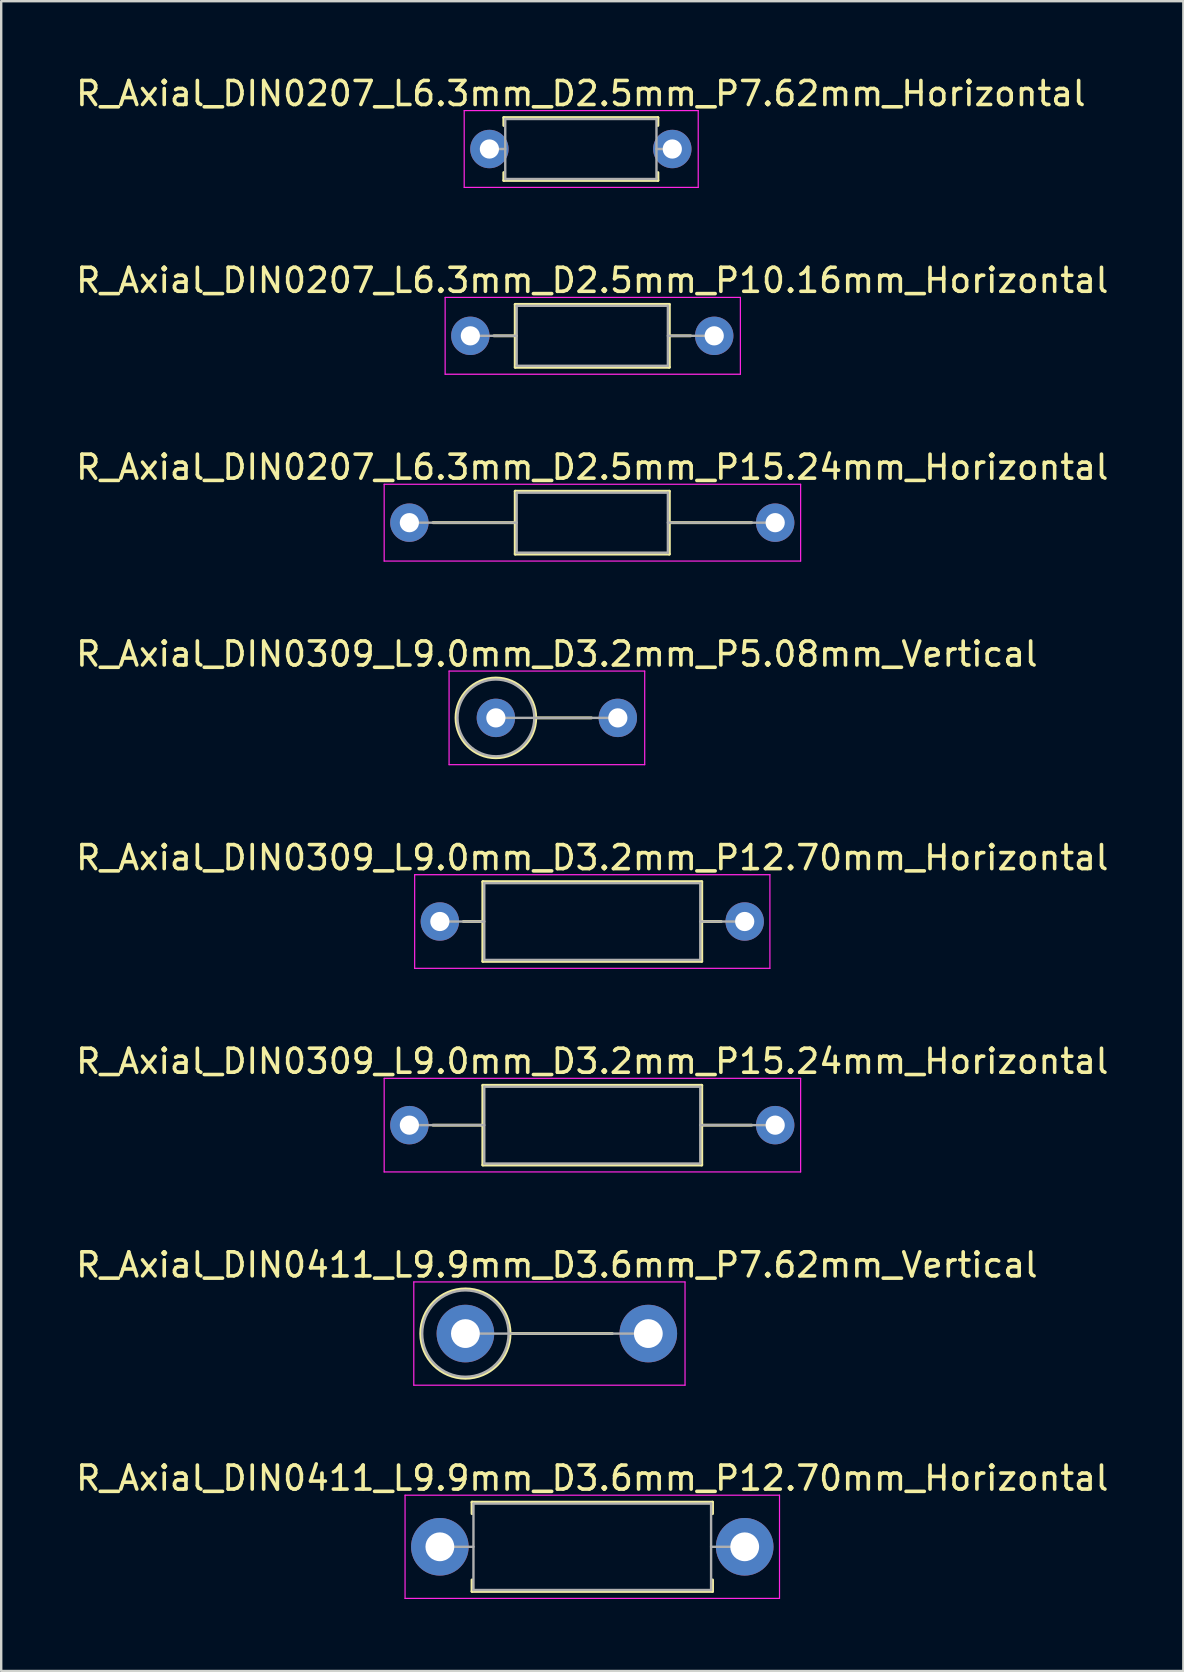
<source format=kicad_pcb>
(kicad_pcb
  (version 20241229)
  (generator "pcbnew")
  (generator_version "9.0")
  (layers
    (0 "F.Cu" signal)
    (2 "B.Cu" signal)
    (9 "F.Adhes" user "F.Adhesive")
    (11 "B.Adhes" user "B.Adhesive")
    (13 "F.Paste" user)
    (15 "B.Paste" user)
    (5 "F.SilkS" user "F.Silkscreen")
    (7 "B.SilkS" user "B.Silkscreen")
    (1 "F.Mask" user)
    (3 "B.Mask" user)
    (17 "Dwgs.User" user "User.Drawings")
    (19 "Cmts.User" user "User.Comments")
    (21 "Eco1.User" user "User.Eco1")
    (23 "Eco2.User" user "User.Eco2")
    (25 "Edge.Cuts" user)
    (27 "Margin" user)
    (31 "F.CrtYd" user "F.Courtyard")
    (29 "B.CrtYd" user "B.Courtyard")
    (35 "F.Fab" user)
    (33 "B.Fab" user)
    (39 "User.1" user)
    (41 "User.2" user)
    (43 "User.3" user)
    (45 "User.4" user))
  (footprint "R_Axial_DIN0207_L6.3mm_D2.5mm_P7.62mm_Horizontal"
    (layer "F.Cu")
    (at 17.339 3.158)
    (property "Reference" "R_Axial_DIN0207_L6.3mm_D2.5mm_P7.62mm_Horizontal" (at 3.81 -2.31 0) (layer "F.SilkS") (effects (font (size 1 1) (thickness 0.15))))
    (attr through_hole)
    (fp_line (start 0.6 -1.31) (end 7.02 -1.31) (stroke (width 0.12) (type solid)) (layer "F.SilkS"))
    (fp_line (start 0.6 -0.98) (end 0.6 -1.31) (stroke (width 0.12) (type solid)) (layer "F.SilkS"))
    (fp_line (start 0.6 0.98) (end 0.6 1.31) (stroke (width 0.12) (type solid)) (layer "F.SilkS"))
    (fp_line (start 0.6 1.31) (end 7.02 1.31) (stroke (width 0.12) (type solid)) (layer "F.SilkS"))
    (fp_line (start 7.02 -1.31) (end 7.02 -0.98) (stroke (width 0.12) (type solid)) (layer "F.SilkS"))
    (fp_line (start 7.02 1.31) (end 7.02 0.98) (stroke (width 0.12) (type solid)) (layer "F.SilkS"))
    (fp_line (start -1.05 -1.6) (end -1.05 1.6) (stroke (width 0.05) (type solid)) (layer "F.CrtYd"))
    (fp_line (start -1.05 1.6) (end 8.7 1.6) (stroke (width 0.05) (type solid)) (layer "F.CrtYd"))
    (fp_line (start 8.7 -1.6) (end -1.05 -1.6) (stroke (width 0.05) (type solid)) (layer "F.CrtYd"))
    (fp_line (start 8.7 1.6) (end 8.7 -1.6) (stroke (width 0.05) (type solid)) (layer "F.CrtYd"))
    (fp_line (start 0 0) (end 0.66 0) (stroke (width 0.1) (type solid)) (layer "F.Fab"))
    (fp_line (start 0.66 -1.25) (end 0.66 1.25) (stroke (width 0.1) (type solid)) (layer "F.Fab"))
    (fp_line (start 0.66 1.25) (end 6.96 1.25) (stroke (width 0.1) (type solid)) (layer "F.Fab"))
    (fp_line (start 6.96 -1.25) (end 0.66 -1.25) (stroke (width 0.1) (type solid)) (layer "F.Fab"))
    (fp_line (start 6.96 1.25) (end 6.96 -1.25) (stroke (width 0.1) (type solid)) (layer "F.Fab"))
    (fp_line (start 7.62 0) (end 6.96 0) (stroke (width 0.1) (type solid)) (layer "F.Fab"))
    (pad "1" thru_hole circle (at 0 0) (size 1.6 1.6) (drill 0.8) (layers "*.Cu" "*.Mask"))
    (pad "2" thru_hole oval (at 7.62 0) (size 1.6 1.6) (drill 0.8) (layers "*.Cu" "*.Mask")))
  (footprint "R_Axial_DIN0411_L9.9mm_D3.6mm_P12.70mm_Horizontal"
    (layer "F.Cu")
    (at 15.275 61.391)
    (property "Reference" "R_Axial_DIN0411_L9.9mm_D3.6mm_P12.70mm_Horizontal" (at 6.35 -2.86 0) (layer "F.SilkS") (effects (font (size 1 1) (thickness 0.15))))
    (attr through_hole)
    (fp_line (start 1.34 -1.86) (end 11.36 -1.86) (stroke (width 0.12) (type solid)) (layer "F.SilkS"))
    (fp_line (start 1.34 -1.38) (end 1.34 -1.86) (stroke (width 0.12) (type solid)) (layer "F.SilkS"))
    (fp_line (start 1.34 1.38) (end 1.34 1.86) (stroke (width 0.12) (type solid)) (layer "F.SilkS"))
    (fp_line (start 1.34 1.86) (end 11.36 1.86) (stroke (width 0.12) (type solid)) (layer "F.SilkS"))
    (fp_line (start 11.36 -1.86) (end 11.36 -1.38) (stroke (width 0.12) (type solid)) (layer "F.SilkS"))
    (fp_line (start 11.36 1.86) (end 11.36 1.38) (stroke (width 0.12) (type solid)) (layer "F.SilkS"))
    (fp_line (start -1.45 -2.15) (end -1.45 2.15) (stroke (width 0.05) (type solid)) (layer "F.CrtYd"))
    (fp_line (start -1.45 2.15) (end 14.15 2.15) (stroke (width 0.05) (type solid)) (layer "F.CrtYd"))
    (fp_line (start 14.15 -2.15) (end -1.45 -2.15) (stroke (width 0.05) (type solid)) (layer "F.CrtYd"))
    (fp_line (start 14.15 2.15) (end 14.15 -2.15) (stroke (width 0.05) (type solid)) (layer "F.CrtYd"))
    (fp_line (start 0 0) (end 1.4 0) (stroke (width 0.1) (type solid)) (layer "F.Fab"))
    (fp_line (start 1.4 -1.8) (end 1.4 1.8) (stroke (width 0.1) (type solid)) (layer "F.Fab"))
    (fp_line (start 1.4 1.8) (end 11.3 1.8) (stroke (width 0.1) (type solid)) (layer "F.Fab"))
    (fp_line (start 11.3 -1.8) (end 1.4 -1.8) (stroke (width 0.1) (type solid)) (layer "F.Fab"))
    (fp_line (start 11.3 1.8) (end 11.3 -1.8) (stroke (width 0.1) (type solid)) (layer "F.Fab"))
    (fp_line (start 12.7 0) (end 11.3 0) (stroke (width 0.1) (type solid)) (layer "F.Fab"))
    (pad "1" thru_hole circle (at 0 0) (size 2.4 2.4) (drill 1.2) (layers "*.Cu" "*.Mask"))
    (pad "2" thru_hole oval (at 12.7 0) (size 2.4 2.4) (drill 1.2) (layers "*.Cu" "*.Mask")))
  (footprint "R_Axial_DIN0309_L9.0mm_D3.2mm_P5.08mm_Vertical"
    (layer "F.Cu")
    (at 17.609 26.858)
    (property "Reference" "R_Axial_DIN0309_L9.0mm_D3.2mm_P5.08mm_Vertical" (at 2.54 -2.66 0) (layer "F.SilkS") (effects (font (size 1 1) (thickness 0.15))))
    (attr through_hole)
    (fp_line (start 1.66 0) (end 3.98 0) (stroke (width 0.12) (type solid)) (layer "F.SilkS"))
    (fp_circle (center 0 0) (end 1.66 0) (stroke (width 0.12) (type solid)) (fill no) (layer "F.SilkS"))
    (fp_line (start -1.95 -1.95) (end -1.95 1.95) (stroke (width 0.05) (type solid)) (layer "F.CrtYd"))
    (fp_line (start -1.95 1.95) (end 6.2 1.95) (stroke (width 0.05) (type solid)) (layer "F.CrtYd"))
    (fp_line (start 6.2 -1.95) (end -1.95 -1.95) (stroke (width 0.05) (type solid)) (layer "F.CrtYd"))
    (fp_line (start 6.2 1.95) (end 6.2 -1.95) (stroke (width 0.05) (type solid)) (layer "F.CrtYd"))
    (fp_line (start 0 0) (end 5.08 0) (stroke (width 0.1) (type solid)) (layer "F.Fab"))
    (fp_circle (center 0 0) (end 1.6 0) (stroke (width 0.1) (type solid)) (fill no) (layer "F.Fab"))
    (pad "1" thru_hole circle (at 0 0) (size 1.6 1.6) (drill 0.8) (layers "*.Cu" "*.Mask"))
    (pad "2" thru_hole oval (at 5.08 0) (size 1.6 1.6) (drill 0.8) (layers "*.Cu" "*.Mask")))
  (footprint "R_Axial_DIN0309_L9.0mm_D3.2mm_P12.70mm_Horizontal"
    (layer "F.Cu")
    (at 15.275 35.341)
    (property "Reference" "R_Axial_DIN0309_L9.0mm_D3.2mm_P12.70mm_Horizontal" (at 6.35 -2.66 0) (layer "F.SilkS") (effects (font (size 1 1) (thickness 0.15))))
    (attr through_hole)
    (fp_line (start 0.98 0) (end 1.79 0) (stroke (width 0.12) (type solid)) (layer "F.SilkS"))
    (fp_line (start 1.79 -1.66) (end 1.79 1.66) (stroke (width 0.12) (type solid)) (layer "F.SilkS"))
    (fp_line (start 1.79 1.66) (end 10.91 1.66) (stroke (width 0.12) (type solid)) (layer "F.SilkS"))
    (fp_line (start 10.91 -1.66) (end 1.79 -1.66) (stroke (width 0.12) (type solid)) (layer "F.SilkS"))
    (fp_line (start 10.91 1.66) (end 10.91 -1.66) (stroke (width 0.12) (type solid)) (layer "F.SilkS"))
    (fp_line (start 11.72 0) (end 10.91 0) (stroke (width 0.12) (type solid)) (layer "F.SilkS"))
    (fp_line (start -1.05 -1.95) (end -1.05 1.95) (stroke (width 0.05) (type solid)) (layer "F.CrtYd"))
    (fp_line (start -1.05 1.95) (end 13.75 1.95) (stroke (width 0.05) (type solid)) (layer "F.CrtYd"))
    (fp_line (start 13.75 -1.95) (end -1.05 -1.95) (stroke (width 0.05) (type solid)) (layer "F.CrtYd"))
    (fp_line (start 13.75 1.95) (end 13.75 -1.95) (stroke (width 0.05) (type solid)) (layer "F.CrtYd"))
    (fp_line (start 0 0) (end 1.85 0) (stroke (width 0.1) (type solid)) (layer "F.Fab"))
    (fp_line (start 1.85 -1.6) (end 1.85 1.6) (stroke (width 0.1) (type solid)) (layer "F.Fab"))
    (fp_line (start 1.85 1.6) (end 10.85 1.6) (stroke (width 0.1) (type solid)) (layer "F.Fab"))
    (fp_line (start 10.85 -1.6) (end 1.85 -1.6) (stroke (width 0.1) (type solid)) (layer "F.Fab"))
    (fp_line (start 10.85 1.6) (end 10.85 -1.6) (stroke (width 0.1) (type solid)) (layer "F.Fab"))
    (fp_line (start 12.7 0) (end 10.85 0) (stroke (width 0.1) (type solid)) (layer "F.Fab"))
    (pad "1" thru_hole circle (at 0 0) (size 1.6 1.6) (drill 0.8) (layers "*.Cu" "*.Mask"))
    (pad "2" thru_hole oval (at 12.7 0) (size 1.6 1.6) (drill 0.8) (layers "*.Cu" "*.Mask")))
  (footprint "R_Axial_DIN0411_L9.9mm_D3.6mm_P7.62mm_Vertical"
    (layer "F.Cu")
    (at 16.339 52.508)
    (property "Reference" "R_Axial_DIN0411_L9.9mm_D3.6mm_P7.62mm_Vertical" (at 3.81 -2.86 0) (layer "F.SilkS") (effects (font (size 1 1) (thickness 0.15))))
    (attr through_hole)
    (fp_line (start 1.86 0) (end 6.12 0) (stroke (width 0.12) (type solid)) (layer "F.SilkS"))
    (fp_circle (center 0 0) (end 1.86 0) (stroke (width 0.12) (type solid)) (fill no) (layer "F.SilkS"))
    (fp_line (start -2.15 -2.15) (end -2.15 2.15) (stroke (width 0.05) (type solid)) (layer "F.CrtYd"))
    (fp_line (start -2.15 2.15) (end 9.15 2.15) (stroke (width 0.05) (type solid)) (layer "F.CrtYd"))
    (fp_line (start 9.15 -2.15) (end -2.15 -2.15) (stroke (width 0.05) (type solid)) (layer "F.CrtYd"))
    (fp_line (start 9.15 2.15) (end 9.15 -2.15) (stroke (width 0.05) (type solid)) (layer "F.CrtYd"))
    (fp_line (start 0 0) (end 7.62 0) (stroke (width 0.1) (type solid)) (layer "F.Fab"))
    (fp_circle (center 0 0) (end 1.8 0) (stroke (width 0.1) (type solid)) (fill no) (layer "F.Fab"))
    (pad "1" thru_hole circle (at 0 0) (size 2.4 2.4) (drill 1.2) (layers "*.Cu" "*.Mask"))
    (pad "2" thru_hole oval (at 7.62 0) (size 2.4 2.4) (drill 1.2) (layers "*.Cu" "*.Mask")))
  (footprint "R_Axial_DIN0309_L9.0mm_D3.2mm_P15.24mm_Horizontal"
    (layer "F.Cu")
    (at 14.005 43.825)
    (property "Reference" "R_Axial_DIN0309_L9.0mm_D3.2mm_P15.24mm_Horizontal" (at 7.62 -2.66 0) (layer "F.SilkS") (effects (font (size 1 1) (thickness 0.15))))
    (attr through_hole)
    (fp_line (start 0.98 0) (end 3.06 0) (stroke (width 0.12) (type solid)) (layer "F.SilkS"))
    (fp_line (start 3.06 -1.66) (end 3.06 1.66) (stroke (width 0.12) (type solid)) (layer "F.SilkS"))
    (fp_line (start 3.06 1.66) (end 12.18 1.66) (stroke (width 0.12) (type solid)) (layer "F.SilkS"))
    (fp_line (start 12.18 -1.66) (end 3.06 -1.66) (stroke (width 0.12) (type solid)) (layer "F.SilkS"))
    (fp_line (start 12.18 1.66) (end 12.18 -1.66) (stroke (width 0.12) (type solid)) (layer "F.SilkS"))
    (fp_line (start 14.26 0) (end 12.18 0) (stroke (width 0.12) (type solid)) (layer "F.SilkS"))
    (fp_line (start -1.05 -1.95) (end -1.05 1.95) (stroke (width 0.05) (type solid)) (layer "F.CrtYd"))
    (fp_line (start -1.05 1.95) (end 16.3 1.95) (stroke (width 0.05) (type solid)) (layer "F.CrtYd"))
    (fp_line (start 16.3 -1.95) (end -1.05 -1.95) (stroke (width 0.05) (type solid)) (layer "F.CrtYd"))
    (fp_line (start 16.3 1.95) (end 16.3 -1.95) (stroke (width 0.05) (type solid)) (layer "F.CrtYd"))
    (fp_line (start 0 0) (end 3.12 0) (stroke (width 0.1) (type solid)) (layer "F.Fab"))
    (fp_line (start 3.12 -1.6) (end 3.12 1.6) (stroke (width 0.1) (type solid)) (layer "F.Fab"))
    (fp_line (start 3.12 1.6) (end 12.12 1.6) (stroke (width 0.1) (type solid)) (layer "F.Fab"))
    (fp_line (start 12.12 -1.6) (end 3.12 -1.6) (stroke (width 0.1) (type solid)) (layer "F.Fab"))
    (fp_line (start 12.12 1.6) (end 12.12 -1.6) (stroke (width 0.1) (type solid)) (layer "F.Fab"))
    (fp_line (start 15.24 0) (end 12.12 0) (stroke (width 0.1) (type solid)) (layer "F.Fab"))
    (pad "1" thru_hole circle (at 0 0) (size 1.6 1.6) (drill 0.8) (layers "*.Cu" "*.Mask"))
    (pad "2" thru_hole oval (at 15.24 0) (size 1.6 1.6) (drill 0.8) (layers "*.Cu" "*.Mask")))
  (footprint "R_Axial_DIN0207_L6.3mm_D2.5mm_P15.24mm_Horizontal"
    (layer "F.Cu")
    (at 14.005 18.725)
    (property "Reference" "R_Axial_DIN0207_L6.3mm_D2.5mm_P15.24mm_Horizontal" (at 7.62 -2.31 0) (layer "F.SilkS") (effects (font (size 1 1) (thickness 0.15))))
    (attr through_hole)
    (fp_line (start 0.98 0) (end 4.41 0) (stroke (width 0.12) (type solid)) (layer "F.SilkS"))
    (fp_line (start 4.41 -1.31) (end 4.41 1.31) (stroke (width 0.12) (type solid)) (layer "F.SilkS"))
    (fp_line (start 4.41 1.31) (end 10.83 1.31) (stroke (width 0.12) (type solid)) (layer "F.SilkS"))
    (fp_line (start 10.83 -1.31) (end 4.41 -1.31) (stroke (width 0.12) (type solid)) (layer "F.SilkS"))
    (fp_line (start 10.83 1.31) (end 10.83 -1.31) (stroke (width 0.12) (type solid)) (layer "F.SilkS"))
    (fp_line (start 14.26 0) (end 10.83 0) (stroke (width 0.12) (type solid)) (layer "F.SilkS"))
    (fp_line (start -1.05 -1.6) (end -1.05 1.6) (stroke (width 0.05) (type solid)) (layer "F.CrtYd"))
    (fp_line (start -1.05 1.6) (end 16.3 1.6) (stroke (width 0.05) (type solid)) (layer "F.CrtYd"))
    (fp_line (start 16.3 -1.6) (end -1.05 -1.6) (stroke (width 0.05) (type solid)) (layer "F.CrtYd"))
    (fp_line (start 16.3 1.6) (end 16.3 -1.6) (stroke (width 0.05) (type solid)) (layer "F.CrtYd"))
    (fp_line (start 0 0) (end 4.47 0) (stroke (width 0.1) (type solid)) (layer "F.Fab"))
    (fp_line (start 4.47 -1.25) (end 4.47 1.25) (stroke (width 0.1) (type solid)) (layer "F.Fab"))
    (fp_line (start 4.47 1.25) (end 10.77 1.25) (stroke (width 0.1) (type solid)) (layer "F.Fab"))
    (fp_line (start 10.77 -1.25) (end 4.47 -1.25) (stroke (width 0.1) (type solid)) (layer "F.Fab"))
    (fp_line (start 10.77 1.25) (end 10.77 -1.25) (stroke (width 0.1) (type solid)) (layer "F.Fab"))
    (fp_line (start 15.24 0) (end 10.77 0) (stroke (width 0.1) (type solid)) (layer "F.Fab"))
    (pad "1" thru_hole circle (at 0 0) (size 1.6 1.6) (drill 0.8) (layers "*.Cu" "*.Mask"))
    (pad "2" thru_hole oval (at 15.24 0) (size 1.6 1.6) (drill 0.8) (layers "*.Cu" "*.Mask")))
  (footprint "R_Axial_DIN0207_L6.3mm_D2.5mm_P10.16mm_Horizontal"
    (layer "F.Cu")
    (at 16.545 10.941)
    (property "Reference" "R_Axial_DIN0207_L6.3mm_D2.5mm_P10.16mm_Horizontal" (at 5.08 -2.31 0) (layer "F.SilkS") (effects (font (size 1 1) (thickness 0.15))))
    (attr through_hole)
    (fp_line (start 0.98 0) (end 1.87 0) (stroke (width 0.12) (type solid)) (layer "F.SilkS"))
    (fp_line (start 1.87 -1.31) (end 1.87 1.31) (stroke (width 0.12) (type solid)) (layer "F.SilkS"))
    (fp_line (start 1.87 1.31) (end 8.29 1.31) (stroke (width 0.12) (type solid)) (layer "F.SilkS"))
    (fp_line (start 8.29 -1.31) (end 1.87 -1.31) (stroke (width 0.12) (type solid)) (layer "F.SilkS"))
    (fp_line (start 8.29 1.31) (end 8.29 -1.31) (stroke (width 0.12) (type solid)) (layer "F.SilkS"))
    (fp_line (start 9.18 0) (end 8.29 0) (stroke (width 0.12) (type solid)) (layer "F.SilkS"))
    (fp_line (start -1.05 -1.6) (end -1.05 1.6) (stroke (width 0.05) (type solid)) (layer "F.CrtYd"))
    (fp_line (start -1.05 1.6) (end 11.25 1.6) (stroke (width 0.05) (type solid)) (layer "F.CrtYd"))
    (fp_line (start 11.25 -1.6) (end -1.05 -1.6) (stroke (width 0.05) (type solid)) (layer "F.CrtYd"))
    (fp_line (start 11.25 1.6) (end 11.25 -1.6) (stroke (width 0.05) (type solid)) (layer "F.CrtYd"))
    (fp_line (start 0 0) (end 1.93 0) (stroke (width 0.1) (type solid)) (layer "F.Fab"))
    (fp_line (start 1.93 -1.25) (end 1.93 1.25) (stroke (width 0.1) (type solid)) (layer "F.Fab"))
    (fp_line (start 1.93 1.25) (end 8.23 1.25) (stroke (width 0.1) (type solid)) (layer "F.Fab"))
    (fp_line (start 8.23 -1.25) (end 1.93 -1.25) (stroke (width 0.1) (type solid)) (layer "F.Fab"))
    (fp_line (start 8.23 1.25) (end 8.23 -1.25) (stroke (width 0.1) (type solid)) (layer "F.Fab"))
    (fp_line (start 10.16 0) (end 8.23 0) (stroke (width 0.1) (type solid)) (layer "F.Fab"))
    (pad "1" thru_hole circle (at 0 0) (size 1.6 1.6) (drill 0.8) (layers "*.Cu" "*.Mask"))
    (pad "2" thru_hole oval (at 10.16 0) (size 1.6 1.6) (drill 0.8) (layers "*.Cu" "*.Mask")))
  (gr_rect
    (start -3 -3)
    (end 46.25 66.566)
    (stroke (width 0.1) (type default))
    (fill no)
    (layer "Edge.Cuts")))
</source>
